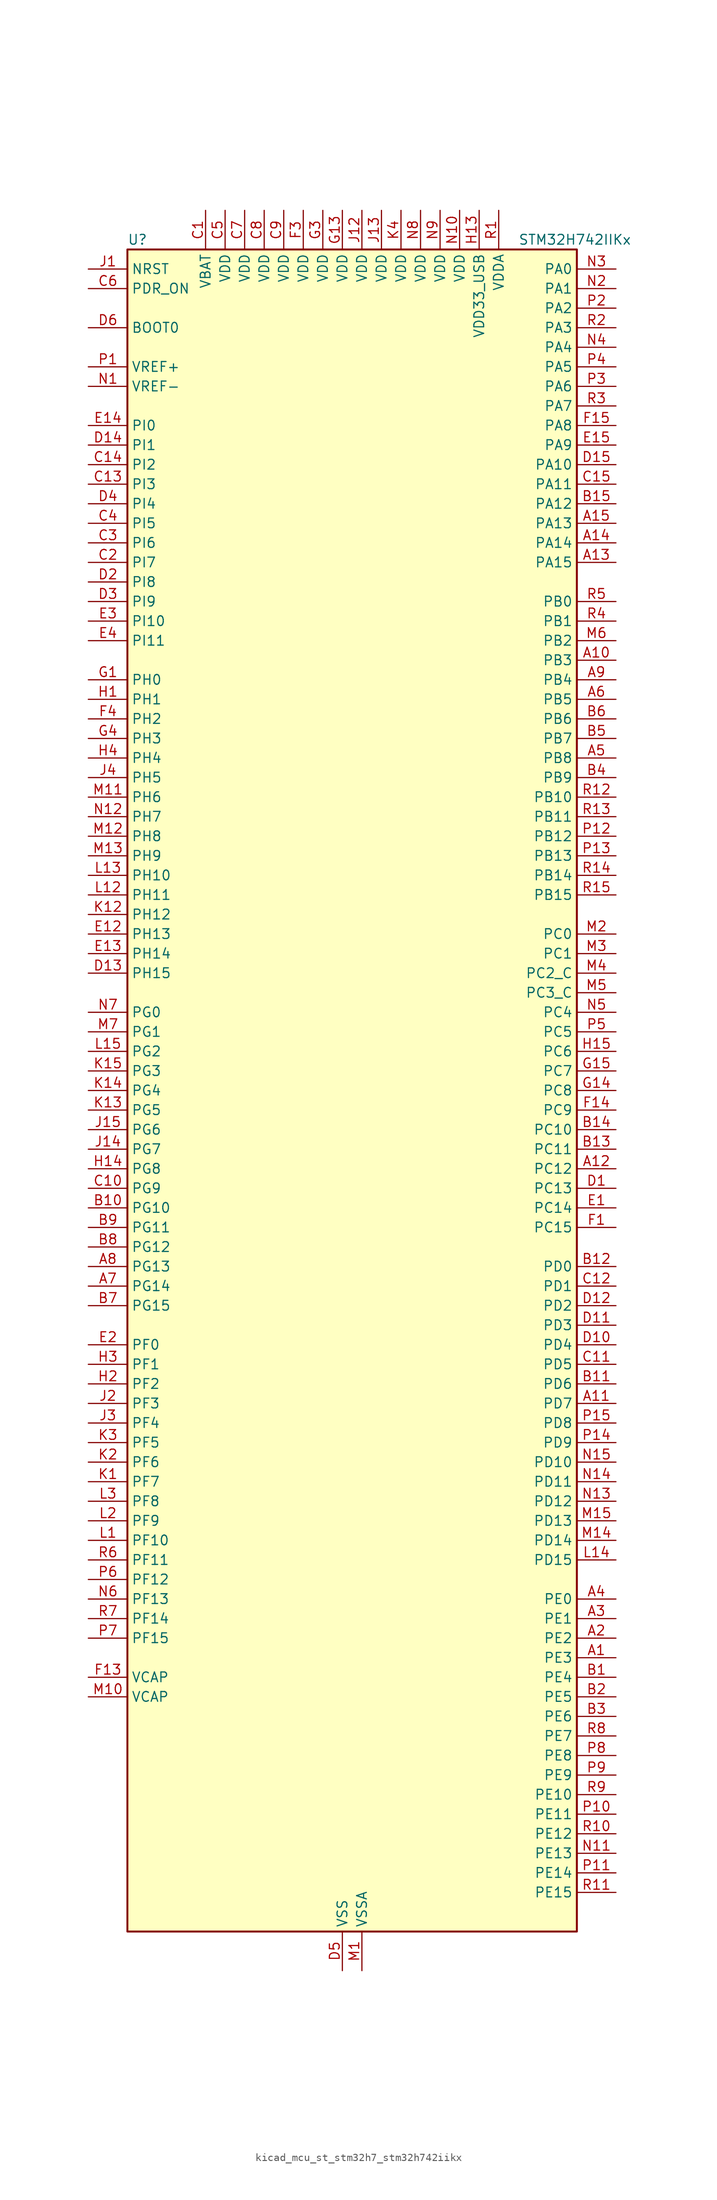
<source format=kicad_sym>
(kicad_symbol_lib
  (version 20220914)
  (generator kicad_symbol_editor)
  (symbol "kicad_mcu_st_stm32h7_stm32h742iikx"
    (property "Reference" "U"
      (at -27.94 110.49 0)
      (effects (font (size 1.27 1.27)) (justify left)))
    (property "Value" "STM32H742IIKx"
      (at 22.86 110.49 0)
      (effects (font (size 1.27 1.27)) (justify left)))
    (property "ki_locked" ""
      (at 0 0 0)
      (effects (font (size 1.27 1.27))))
    (symbol "kicad_mcu_st_stm32h7_stm32h742iikx_0_1"
      (rectangle (start -27.94 -109.22) (end 30.48 109.22) (stroke (width 0.254) (type default)) (fill (type background))))
    (symbol "kicad_mcu_st_stm32h7_stm32h742iikx_1_1"
      (pin bidirectional line (at 35.56 -73.66 180) (length 5.08) (name "PE3" (effects (font (size 1.27 1.27)))) (number "A1" (effects (font (size 1.27 1.27)))) (alternate "DEBUG_TRACED0" bidirectional line) (alternate "FMC_A19" bidirectional line) (alternate "SAI1_SD_B" bidirectional line) (alternate "SAI4_SD_B" bidirectional line) (alternate "TIM15_BKIN" bidirectional line))
      (pin bidirectional line (at 35.56 55.88 180) (length 5.08) (name "PB3" (effects (font (size 1.27 1.27)))) (number "A10" (effects (font (size 1.27 1.27)))) (alternate "CRS_SYNC" bidirectional line) (alternate "DEBUG_JTDO-SWO" bidirectional line) (alternate "HRTIM_FLT4" bidirectional line) (alternate "I2S1_CK" bidirectional line) (alternate "I2S3_CK" bidirectional line) (alternate "SDMMC2_D2" bidirectional line) (alternate "SPI1_SCK" bidirectional line) (alternate "SPI3_SCK" bidirectional line) (alternate "SPI6_SCK" bidirectional line) (alternate "TIM2_CH2" bidirectional line) (alternate "UART7_RX" bidirectional line))
      (pin bidirectional line (at 35.56 -40.64 180) (length 5.08) (name "PD7" (effects (font (size 1.27 1.27)))) (number "A11" (effects (font (size 1.27 1.27)))) (alternate "DFSDM1_CKIN1" bidirectional line) (alternate "DFSDM1_DATIN4" bidirectional line) (alternate "FMC_NE1" bidirectional line) (alternate "I2S1_SDO" bidirectional line) (alternate "SDMMC2_CMD" bidirectional line) (alternate "SPDIFRX1_IN0" bidirectional line) (alternate "SPI1_MOSI" bidirectional line) (alternate "USART2_CK" bidirectional line))
      (pin bidirectional line (at 35.56 -10.16 180) (length 5.08) (name "PC12" (effects (font (size 1.27 1.27)))) (number "A12" (effects (font (size 1.27 1.27)))) (alternate "DCMI_D9" bidirectional line) (alternate "DEBUG_TRACED3" bidirectional line) (alternate "HRTIM_EEV2" bidirectional line) (alternate "I2S3_SDO" bidirectional line) (alternate "SDMMC1_CK" bidirectional line) (alternate "SPI3_MOSI" bidirectional line) (alternate "UART5_TX" bidirectional line) (alternate "USART3_CK" bidirectional line))
      (pin bidirectional line (at 35.56 68.58 180) (length 5.08) (name "PA15" (effects (font (size 1.27 1.27)))) (number "A13" (effects (font (size 1.27 1.27)))) (alternate "ADC1_EXTI15" bidirectional line) (alternate "ADC2_EXTI15" bidirectional line) (alternate "ADC3_EXTI15" bidirectional line) (alternate "CEC" bidirectional line) (alternate "DEBUG_JTDI" bidirectional line) (alternate "HRTIM_FLT1" bidirectional line) (alternate "I2S1_WS" bidirectional line) (alternate "I2S3_WS" bidirectional line) (alternate "SPI1_NSS" bidirectional line) (alternate "SPI3_NSS" bidirectional line) (alternate "SPI6_NSS" bidirectional line) (alternate "TIM2_CH1" bidirectional line) (alternate "TIM2_ETR" bidirectional line) (alternate "UART4_DE" bidirectional line) (alternate "UART4_RTS" bidirectional line) (alternate "UART7_TX" bidirectional line))
      (pin bidirectional line (at 35.56 71.12 180) (length 5.08) (name "PA14" (effects (font (size 1.27 1.27)))) (number "A14" (effects (font (size 1.27 1.27)))) (alternate "DEBUG_JTCK-SWCLK" bidirectional line))
      (pin bidirectional line (at 35.56 73.66 180) (length 5.08) (name "PA13" (effects (font (size 1.27 1.27)))) (number "A15" (effects (font (size 1.27 1.27)))) (alternate "DEBUG_JTMS-SWDIO" bidirectional line))
      (pin bidirectional line (at 35.56 -71.12 180) (length 5.08) (name "PE2" (effects (font (size 1.27 1.27)))) (number "A2" (effects (font (size 1.27 1.27)))) (alternate "DEBUG_TRACECLK" bidirectional line) (alternate "ETH_TXD3" bidirectional line) (alternate "FMC_A23" bidirectional line) (alternate "QUADSPI_BK1_IO2" bidirectional line) (alternate "SAI1_CK1" bidirectional line) (alternate "SAI1_MCLK_A" bidirectional line) (alternate "SAI4_CK1" bidirectional line) (alternate "SAI4_MCLK_A" bidirectional line) (alternate "SPI4_SCK" bidirectional line))
      (pin bidirectional line (at 35.56 -68.58 180) (length 5.08) (name "PE1" (effects (font (size 1.27 1.27)))) (number "A3" (effects (font (size 1.27 1.27)))) (alternate "DCMI_D3" bidirectional line) (alternate "FMC_NBL1" bidirectional line) (alternate "HRTIM_SCOUT" bidirectional line) (alternate "LPTIM1_IN2" bidirectional line) (alternate "UART8_TX" bidirectional line))
      (pin bidirectional line (at 35.56 -66.04 180) (length 5.08) (name "PE0" (effects (font (size 1.27 1.27)))) (number "A4" (effects (font (size 1.27 1.27)))) (alternate "DCMI_D2" bidirectional line) (alternate "FMC_NBL0" bidirectional line) (alternate "HRTIM_SCIN" bidirectional line) (alternate "LPTIM1_ETR" bidirectional line) (alternate "LPTIM2_ETR" bidirectional line) (alternate "SAI2_MCLK_A" bidirectional line) (alternate "TIM4_ETR" bidirectional line) (alternate "UART8_RX" bidirectional line))
      (pin bidirectional line (at 35.56 43.18 180) (length 5.08) (name "PB8" (effects (font (size 1.27 1.27)))) (number "A5" (effects (font (size 1.27 1.27)))) (alternate "DCMI_D6" bidirectional line) (alternate "DFSDM1_CKIN7" bidirectional line) (alternate "ETH_TXD3" bidirectional line) (alternate "FDCAN1_RX" bidirectional line) (alternate "I2C1_SCL" bidirectional line) (alternate "I2C4_SCL" bidirectional line) (alternate "SDMMC1_CKIN" bidirectional line) (alternate "SDMMC1_D4" bidirectional line) (alternate "SDMMC2_D4" bidirectional line) (alternate "TIM16_CH1" bidirectional line) (alternate "TIM4_CH3" bidirectional line) (alternate "UART4_RX" bidirectional line))
      (pin bidirectional line (at 35.56 50.8 180) (length 5.08) (name "PB5" (effects (font (size 1.27 1.27)))) (number "A6" (effects (font (size 1.27 1.27)))) (alternate "DCMI_D10" bidirectional line) (alternate "ETH_PPS_OUT" bidirectional line) (alternate "FDCAN2_RX" bidirectional line) (alternate "FMC_SDCKE1" bidirectional line) (alternate "HRTIM_EEV7" bidirectional line) (alternate "I2C1_SMBA" bidirectional line) (alternate "I2C4_SMBA" bidirectional line) (alternate "I2S1_SDO" bidirectional line) (alternate "I2S3_SDO" bidirectional line) (alternate "SPI1_MOSI" bidirectional line) (alternate "SPI3_MOSI" bidirectional line) (alternate "SPI6_MOSI" bidirectional line) (alternate "TIM17_BKIN" bidirectional line) (alternate "TIM3_CH2" bidirectional line) (alternate "UART5_RX" bidirectional line) (alternate "USB_OTG_HS_ULPI_D7" bidirectional line))
      (pin bidirectional line (at -33.02 -25.4 0) (length 5.08) (name "PG14" (effects (font (size 1.27 1.27)))) (number "A7" (effects (font (size 1.27 1.27)))) (alternate "DEBUG_TRACED1" bidirectional line) (alternate "ETH_TXD1" bidirectional line) (alternate "FMC_A25" bidirectional line) (alternate "LPTIM1_ETR" bidirectional line) (alternate "QUADSPI_BK2_IO3" bidirectional line) (alternate "SPI6_MOSI" bidirectional line) (alternate "USART6_TX" bidirectional line))
      (pin bidirectional line (at -33.02 -22.86 0) (length 5.08) (name "PG13" (effects (font (size 1.27 1.27)))) (number "A8" (effects (font (size 1.27 1.27)))) (alternate "DEBUG_TRACED0" bidirectional line) (alternate "ETH_TXD0" bidirectional line) (alternate "FMC_A24" bidirectional line) (alternate "HRTIM_EEV10" bidirectional line) (alternate "LPTIM1_OUT" bidirectional line) (alternate "SPI6_SCK" bidirectional line) (alternate "USART6_CTS" bidirectional line) (alternate "USART6_NSS" bidirectional line))
      (pin bidirectional line (at 35.56 53.34 180) (length 5.08) (name "PB4" (effects (font (size 1.27 1.27)))) (number "A9" (effects (font (size 1.27 1.27)))) (alternate "DEBUG_JTRST" bidirectional line) (alternate "HRTIM_EEV6" bidirectional line) (alternate "I2S1_SDI" bidirectional line) (alternate "I2S2_WS" bidirectional line) (alternate "I2S3_SDI" bidirectional line) (alternate "SDMMC2_D3" bidirectional line) (alternate "SPI1_MISO" bidirectional line) (alternate "SPI2_NSS" bidirectional line) (alternate "SPI3_MISO" bidirectional line) (alternate "SPI6_MISO" bidirectional line) (alternate "TIM16_BKIN" bidirectional line) (alternate "TIM3_CH1" bidirectional line) (alternate "UART7_TX" bidirectional line))
      (pin bidirectional line (at 35.56 -76.2 180) (length 5.08) (name "PE4" (effects (font (size 1.27 1.27)))) (number "B1" (effects (font (size 1.27 1.27)))) (alternate "DCMI_D4" bidirectional line) (alternate "DEBUG_TRACED1" bidirectional line) (alternate "DFSDM1_DATIN3" bidirectional line) (alternate "FMC_A20" bidirectional line) (alternate "SAI1_D2" bidirectional line) (alternate "SAI1_FS_A" bidirectional line) (alternate "SAI4_D2" bidirectional line) (alternate "SAI4_FS_A" bidirectional line) (alternate "SPI4_NSS" bidirectional line) (alternate "TIM15_CH1N" bidirectional line))
      (pin bidirectional line (at -33.02 -15.24 0) (length 5.08) (name "PG10" (effects (font (size 1.27 1.27)))) (number "B10" (effects (font (size 1.27 1.27)))) (alternate "DCMI_D2" bidirectional line) (alternate "FMC_NE3" bidirectional line) (alternate "HRTIM_FLT5" bidirectional line) (alternate "I2S1_WS" bidirectional line) (alternate "SAI2_SD_B" bidirectional line) (alternate "SPI1_NSS" bidirectional line))
      (pin bidirectional line (at 35.56 -38.1 180) (length 5.08) (name "PD6" (effects (font (size 1.27 1.27)))) (number "B11" (effects (font (size 1.27 1.27)))) (alternate "DCMI_D10" bidirectional line) (alternate "DFSDM1_CKIN4" bidirectional line) (alternate "DFSDM1_DATIN1" bidirectional line) (alternate "FMC_NWAIT" bidirectional line) (alternate "I2S3_SDO" bidirectional line) (alternate "SAI1_D1" bidirectional line) (alternate "SAI1_SD_A" bidirectional line) (alternate "SAI4_D1" bidirectional line) (alternate "SAI4_SD_A" bidirectional line) (alternate "SDMMC2_CK" bidirectional line) (alternate "SPI3_MOSI" bidirectional line) (alternate "USART2_RX" bidirectional line))
      (pin bidirectional line (at 35.56 -22.86 180) (length 5.08) (name "PD0" (effects (font (size 1.27 1.27)))) (number "B12" (effects (font (size 1.27 1.27)))) (alternate "DFSDM1_CKIN6" bidirectional line) (alternate "FDCAN1_RX" bidirectional line) (alternate "FMC_D2" bidirectional line) (alternate "FMC_DA2" bidirectional line) (alternate "SAI3_SCK_A" bidirectional line) (alternate "UART4_RX" bidirectional line))
      (pin bidirectional line (at 35.56 -7.62 180) (length 5.08) (name "PC11" (effects (font (size 1.27 1.27)))) (number "B13" (effects (font (size 1.27 1.27)))) (alternate "ADC1_EXTI11" bidirectional line) (alternate "ADC2_EXTI11" bidirectional line) (alternate "ADC3_EXTI11" bidirectional line) (alternate "DCMI_D4" bidirectional line) (alternate "DFSDM1_DATIN5" bidirectional line) (alternate "HRTIM_FLT2" bidirectional line) (alternate "I2S3_SDI" bidirectional line) (alternate "QUADSPI_BK2_NCS" bidirectional line) (alternate "SDMMC1_D3" bidirectional line) (alternate "SPI3_MISO" bidirectional line) (alternate "UART4_RX" bidirectional line) (alternate "USART3_RX" bidirectional line))
      (pin bidirectional line (at 35.56 -5.08 180) (length 5.08) (name "PC10" (effects (font (size 1.27 1.27)))) (number "B14" (effects (font (size 1.27 1.27)))) (alternate "DCMI_D8" bidirectional line) (alternate "DFSDM1_CKIN5" bidirectional line) (alternate "HRTIM_EEV1" bidirectional line) (alternate "I2S3_CK" bidirectional line) (alternate "QUADSPI_BK1_IO1" bidirectional line) (alternate "SDMMC1_D2" bidirectional line) (alternate "SPI3_SCK" bidirectional line) (alternate "UART4_TX" bidirectional line) (alternate "USART3_TX" bidirectional line))
      (pin bidirectional line (at 35.56 76.2 180) (length 5.08) (name "PA12" (effects (font (size 1.27 1.27)))) (number "B15" (effects (font (size 1.27 1.27)))) (alternate "FDCAN1_TX" bidirectional line) (alternate "HRTIM_CHD2" bidirectional line) (alternate "I2S2_CK" bidirectional line) (alternate "LPUART1_DE" bidirectional line) (alternate "LPUART1_RTS" bidirectional line) (alternate "SAI2_FS_B" bidirectional line) (alternate "SPI2_SCK" bidirectional line) (alternate "TIM1_ETR" bidirectional line) (alternate "UART4_TX" bidirectional line) (alternate "USART1_DE" bidirectional line) (alternate "USART1_RTS" bidirectional line) (alternate "USB_OTG_FS_DP" bidirectional line))
      (pin bidirectional line (at 35.56 -78.74 180) (length 5.08) (name "PE5" (effects (font (size 1.27 1.27)))) (number "B2" (effects (font (size 1.27 1.27)))) (alternate "DCMI_D6" bidirectional line) (alternate "DEBUG_TRACED2" bidirectional line) (alternate "DFSDM1_CKIN3" bidirectional line) (alternate "FMC_A21" bidirectional line) (alternate "SAI1_CK2" bidirectional line) (alternate "SAI1_SCK_A" bidirectional line) (alternate "SAI4_CK2" bidirectional line) (alternate "SAI4_SCK_A" bidirectional line) (alternate "SPI4_MISO" bidirectional line) (alternate "TIM15_CH1" bidirectional line))
      (pin bidirectional line (at 35.56 -81.28 180) (length 5.08) (name "PE6" (effects (font (size 1.27 1.27)))) (number "B3" (effects (font (size 1.27 1.27)))) (alternate "DCMI_D7" bidirectional line) (alternate "DEBUG_TRACED3" bidirectional line) (alternate "FMC_A22" bidirectional line) (alternate "SAI1_D1" bidirectional line) (alternate "SAI1_SD_A" bidirectional line) (alternate "SAI2_MCLK_B" bidirectional line) (alternate "SAI4_D1" bidirectional line) (alternate "SAI4_SD_A" bidirectional line) (alternate "SPI4_MOSI" bidirectional line) (alternate "TIM15_CH2" bidirectional line) (alternate "TIM1_BKIN2" bidirectional line) (alternate "TIM1_BKIN2_COMP1" bidirectional line) (alternate "TIM1_BKIN2_COMP2" bidirectional line))
      (pin bidirectional line (at 35.56 40.64 180) (length 5.08) (name "PB9" (effects (font (size 1.27 1.27)))) (number "B4" (effects (font (size 1.27 1.27)))) (alternate "DAC1_EXTI9" bidirectional line) (alternate "DCMI_D7" bidirectional line) (alternate "DFSDM1_DATIN7" bidirectional line) (alternate "FDCAN1_TX" bidirectional line) (alternate "I2C1_SDA" bidirectional line) (alternate "I2C4_SDA" bidirectional line) (alternate "I2C4_SMBA" bidirectional line) (alternate "I2S2_WS" bidirectional line) (alternate "SDMMC1_CDIR" bidirectional line) (alternate "SDMMC1_D5" bidirectional line) (alternate "SDMMC2_D5" bidirectional line) (alternate "SPI2_NSS" bidirectional line) (alternate "TIM17_CH1" bidirectional line) (alternate "TIM4_CH4" bidirectional line) (alternate "UART4_TX" bidirectional line))
      (pin bidirectional line (at 35.56 45.72 180) (length 5.08) (name "PB7" (effects (font (size 1.27 1.27)))) (number "B5" (effects (font (size 1.27 1.27)))) (alternate "DCMI_VSYNC" bidirectional line) (alternate "DFSDM1_CKIN5" bidirectional line) (alternate "FMC_NL" bidirectional line) (alternate "HRTIM_EEV9" bidirectional line) (alternate "I2C1_SDA" bidirectional line) (alternate "I2C4_SDA" bidirectional line) (alternate "LPUART1_RX" bidirectional line) (alternate "PWR_PVD_IN" bidirectional line) (alternate "TIM17_CH1N" bidirectional line) (alternate "TIM4_CH2" bidirectional line) (alternate "USART1_RX" bidirectional line))
      (pin bidirectional line (at 35.56 48.26 180) (length 5.08) (name "PB6" (effects (font (size 1.27 1.27)))) (number "B6" (effects (font (size 1.27 1.27)))) (alternate "CEC" bidirectional line) (alternate "DCMI_D5" bidirectional line) (alternate "DFSDM1_DATIN5" bidirectional line) (alternate "FDCAN2_TX" bidirectional line) (alternate "FMC_SDNE1" bidirectional line) (alternate "HRTIM_EEV8" bidirectional line) (alternate "I2C1_SCL" bidirectional line) (alternate "I2C4_SCL" bidirectional line) (alternate "LPUART1_TX" bidirectional line) (alternate "QUADSPI_BK1_NCS" bidirectional line) (alternate "TIM16_CH1N" bidirectional line) (alternate "TIM4_CH1" bidirectional line) (alternate "UART5_TX" bidirectional line) (alternate "USART1_TX" bidirectional line))
      (pin bidirectional line (at -33.02 -27.94 0) (length 5.08) (name "PG15" (effects (font (size 1.27 1.27)))) (number "B7" (effects (font (size 1.27 1.27)))) (alternate "ADC1_EXTI15" bidirectional line) (alternate "ADC2_EXTI15" bidirectional line) (alternate "ADC3_EXTI15" bidirectional line) (alternate "DCMI_D13" bidirectional line) (alternate "FMC_SDNCAS" bidirectional line) (alternate "USART6_CTS" bidirectional line) (alternate "USART6_NSS" bidirectional line))
      (pin bidirectional line (at -33.02 -20.32 0) (length 5.08) (name "PG12" (effects (font (size 1.27 1.27)))) (number "B8" (effects (font (size 1.27 1.27)))) (alternate "ETH_TXD1" bidirectional line) (alternate "FMC_NE4" bidirectional line) (alternate "HRTIM_EEV5" bidirectional line) (alternate "LPTIM1_IN1" bidirectional line) (alternate "SPDIFRX1_IN1" bidirectional line) (alternate "SPI6_MISO" bidirectional line) (alternate "USART6_DE" bidirectional line) (alternate "USART6_RTS" bidirectional line))
      (pin bidirectional line (at -33.02 -17.78 0) (length 5.08) (name "PG11" (effects (font (size 1.27 1.27)))) (number "B9" (effects (font (size 1.27 1.27)))) (alternate "ADC1_EXTI11" bidirectional line) (alternate "ADC2_EXTI11" bidirectional line) (alternate "ADC3_EXTI11" bidirectional line) (alternate "DCMI_D3" bidirectional line) (alternate "ETH_TX_EN" bidirectional line) (alternate "HRTIM_EEV4" bidirectional line) (alternate "I2S1_CK" bidirectional line) (alternate "LPTIM1_IN2" bidirectional line) (alternate "SDMMC2_D2" bidirectional line) (alternate "SPDIFRX1_IN0" bidirectional line) (alternate "SPI1_SCK" bidirectional line))
      (pin power_in line (at -17.78 114.3 270) (length 5.08) (name "VBAT" (effects (font (size 1.27 1.27)))) (number "C1" (effects (font (size 1.27 1.27)))))
      (pin bidirectional line (at -33.02 -12.7 0) (length 5.08) (name "PG9" (effects (font (size 1.27 1.27)))) (number "C10" (effects (font (size 1.27 1.27)))) (alternate "DAC1_EXTI9" bidirectional line) (alternate "DCMI_VSYNC" bidirectional line) (alternate "FMC_NCE" bidirectional line) (alternate "FMC_NE2" bidirectional line) (alternate "I2S1_SDI" bidirectional line) (alternate "QUADSPI_BK2_IO2" bidirectional line) (alternate "SAI2_FS_B" bidirectional line) (alternate "SPDIFRX1_IN3" bidirectional line) (alternate "SPI1_MISO" bidirectional line) (alternate "USART6_RX" bidirectional line))
      (pin bidirectional line (at 35.56 -35.56 180) (length 5.08) (name "PD5" (effects (font (size 1.27 1.27)))) (number "C11" (effects (font (size 1.27 1.27)))) (alternate "FMC_NWE" bidirectional line) (alternate "HRTIM_EEV3" bidirectional line) (alternate "USART2_TX" bidirectional line))
      (pin bidirectional line (at 35.56 -25.4 180) (length 5.08) (name "PD1" (effects (font (size 1.27 1.27)))) (number "C12" (effects (font (size 1.27 1.27)))) (alternate "DFSDM1_DATIN6" bidirectional line) (alternate "FDCAN1_TX" bidirectional line) (alternate "FMC_D3" bidirectional line) (alternate "FMC_DA3" bidirectional line) (alternate "SAI3_SD_A" bidirectional line) (alternate "UART4_TX" bidirectional line))
      (pin bidirectional line (at -33.02 78.74 0) (length 5.08) (name "PI3" (effects (font (size 1.27 1.27)))) (number "C13" (effects (font (size 1.27 1.27)))) (alternate "DCMI_D10" bidirectional line) (alternate "FMC_D27" bidirectional line) (alternate "I2S2_SDO" bidirectional line) (alternate "SPI2_MOSI" bidirectional line) (alternate "TIM8_ETR" bidirectional line))
      (pin bidirectional line (at -33.02 81.28 0) (length 5.08) (name "PI2" (effects (font (size 1.27 1.27)))) (number "C14" (effects (font (size 1.27 1.27)))) (alternate "DCMI_D9" bidirectional line) (alternate "FMC_D26" bidirectional line) (alternate "I2S2_SDI" bidirectional line) (alternate "SPI2_MISO" bidirectional line) (alternate "TIM8_CH4" bidirectional line))
      (pin bidirectional line (at 35.56 78.74 180) (length 5.08) (name "PA11" (effects (font (size 1.27 1.27)))) (number "C15" (effects (font (size 1.27 1.27)))) (alternate "ADC1_EXTI11" bidirectional line) (alternate "ADC2_EXTI11" bidirectional line) (alternate "ADC3_EXTI11" bidirectional line) (alternate "FDCAN1_RX" bidirectional line) (alternate "HRTIM_CHD1" bidirectional line) (alternate "I2S2_WS" bidirectional line) (alternate "LPUART1_CTS" bidirectional line) (alternate "SPI2_NSS" bidirectional line) (alternate "TIM1_CH4" bidirectional line) (alternate "UART4_RX" bidirectional line) (alternate "USART1_CTS" bidirectional line) (alternate "USART1_NSS" bidirectional line) (alternate "USB_OTG_FS_DM" bidirectional line))
      (pin bidirectional line (at -33.02 68.58 0) (length 5.08) (name "PI7" (effects (font (size 1.27 1.27)))) (number "C2" (effects (font (size 1.27 1.27)))) (alternate "DCMI_D7" bidirectional line) (alternate "FMC_D29" bidirectional line) (alternate "SAI2_FS_A" bidirectional line) (alternate "TIM8_CH3" bidirectional line))
      (pin bidirectional line (at -33.02 71.12 0) (length 5.08) (name "PI6" (effects (font (size 1.27 1.27)))) (number "C3" (effects (font (size 1.27 1.27)))) (alternate "DCMI_D6" bidirectional line) (alternate "FMC_D28" bidirectional line) (alternate "SAI2_SD_A" bidirectional line) (alternate "TIM8_CH2" bidirectional line))
      (pin bidirectional line (at -33.02 73.66 0) (length 5.08) (name "PI5" (effects (font (size 1.27 1.27)))) (number "C4" (effects (font (size 1.27 1.27)))) (alternate "DCMI_VSYNC" bidirectional line) (alternate "FMC_NBL3" bidirectional line) (alternate "SAI2_SCK_A" bidirectional line) (alternate "TIM8_CH1" bidirectional line))
      (pin power_in line (at -15.24 114.3 270) (length 5.08) (name "VDD" (effects (font (size 1.27 1.27)))) (number "C5" (effects (font (size 1.27 1.27)))))
      (pin input line (at -33.02 104.14 0) (length 5.08) (name "PDR_ON" (effects (font (size 1.27 1.27)))) (number "C6" (effects (font (size 1.27 1.27)))))
      (pin power_in line (at -12.7 114.3 270) (length 5.08) (name "VDD" (effects (font (size 1.27 1.27)))) (number "C7" (effects (font (size 1.27 1.27)))))
      (pin power_in line (at -10.16 114.3 270) (length 5.08) (name "VDD" (effects (font (size 1.27 1.27)))) (number "C8" (effects (font (size 1.27 1.27)))))
      (pin power_in line (at -7.62 114.3 270) (length 5.08) (name "VDD" (effects (font (size 1.27 1.27)))) (number "C9" (effects (font (size 1.27 1.27)))))
      (pin bidirectional line (at 35.56 -12.7 180) (length 5.08) (name "PC13" (effects (font (size 1.27 1.27)))) (number "D1" (effects (font (size 1.27 1.27)))) (alternate "PWR_WKUP2" bidirectional line) (alternate "RTC_OUT_ALARM" bidirectional line) (alternate "RTC_OUT_CALIB" bidirectional line) (alternate "RTC_TAMP1" bidirectional line) (alternate "RTC_TS" bidirectional line))
      (pin bidirectional line (at 35.56 -33.02 180) (length 5.08) (name "PD4" (effects (font (size 1.27 1.27)))) (number "D10" (effects (font (size 1.27 1.27)))) (alternate "FMC_NOE" bidirectional line) (alternate "HRTIM_FLT3" bidirectional line) (alternate "SAI3_FS_A" bidirectional line) (alternate "USART2_DE" bidirectional line) (alternate "USART2_RTS" bidirectional line))
      (pin bidirectional line (at 35.56 -30.48 180) (length 5.08) (name "PD3" (effects (font (size 1.27 1.27)))) (number "D11" (effects (font (size 1.27 1.27)))) (alternate "DCMI_D5" bidirectional line) (alternate "DFSDM1_CKOUT" bidirectional line) (alternate "FMC_CLK" bidirectional line) (alternate "I2S2_CK" bidirectional line) (alternate "SPI2_SCK" bidirectional line) (alternate "USART2_CTS" bidirectional line) (alternate "USART2_NSS" bidirectional line))
      (pin bidirectional line (at 35.56 -27.94 180) (length 5.08) (name "PD2" (effects (font (size 1.27 1.27)))) (number "D12" (effects (font (size 1.27 1.27)))) (alternate "DCMI_D11" bidirectional line) (alternate "DEBUG_TRACED2" bidirectional line) (alternate "SDMMC1_CMD" bidirectional line) (alternate "TIM3_ETR" bidirectional line) (alternate "UART5_RX" bidirectional line))
      (pin bidirectional line (at -33.02 15.24 0) (length 5.08) (name "PH15" (effects (font (size 1.27 1.27)))) (number "D13" (effects (font (size 1.27 1.27)))) (alternate "ADC1_EXTI15" bidirectional line) (alternate "ADC2_EXTI15" bidirectional line) (alternate "ADC3_EXTI15" bidirectional line) (alternate "DCMI_D11" bidirectional line) (alternate "FMC_D23" bidirectional line) (alternate "TIM8_CH3N" bidirectional line))
      (pin bidirectional line (at -33.02 83.82 0) (length 5.08) (name "PI1" (effects (font (size 1.27 1.27)))) (number "D14" (effects (font (size 1.27 1.27)))) (alternate "DCMI_D8" bidirectional line) (alternate "FMC_D25" bidirectional line) (alternate "I2S2_CK" bidirectional line) (alternate "SPI2_SCK" bidirectional line) (alternate "TIM8_BKIN2" bidirectional line) (alternate "TIM8_BKIN2_COMP1" bidirectional line) (alternate "TIM8_BKIN2_COMP2" bidirectional line))
      (pin bidirectional line (at 35.56 81.28 180) (length 5.08) (name "PA10" (effects (font (size 1.27 1.27)))) (number "D15" (effects (font (size 1.27 1.27)))) (alternate "DCMI_D1" bidirectional line) (alternate "HRTIM_CHC2" bidirectional line) (alternate "LPUART1_RX" bidirectional line) (alternate "MDIOS_MDIO" bidirectional line) (alternate "TIM1_CH3" bidirectional line) (alternate "USART1_RX" bidirectional line) (alternate "USB_OTG_FS_ID" bidirectional line))
      (pin bidirectional line (at -33.02 66.04 0) (length 5.08) (name "PI8" (effects (font (size 1.27 1.27)))) (number "D2" (effects (font (size 1.27 1.27)))) (alternate "PWR_WKUP3" bidirectional line) (alternate "RTC_TAMP2" bidirectional line))
      (pin bidirectional line (at -33.02 63.5 0) (length 5.08) (name "PI9" (effects (font (size 1.27 1.27)))) (number "D3" (effects (font (size 1.27 1.27)))) (alternate "DAC1_EXTI9" bidirectional line) (alternate "FDCAN1_RX" bidirectional line) (alternate "FMC_D30" bidirectional line) (alternate "UART4_RX" bidirectional line))
      (pin bidirectional line (at -33.02 76.2 0) (length 5.08) (name "PI4" (effects (font (size 1.27 1.27)))) (number "D4" (effects (font (size 1.27 1.27)))) (alternate "DCMI_D5" bidirectional line) (alternate "FMC_NBL2" bidirectional line) (alternate "SAI2_MCLK_A" bidirectional line) (alternate "TIM8_BKIN" bidirectional line) (alternate "TIM8_BKIN_COMP1" bidirectional line) (alternate "TIM8_BKIN_COMP2" bidirectional line))
      (pin power_in line (at 0 -114.3 90) (length 5.08) (name "VSS" (effects (font (size 1.27 1.27)))) (number "D5" (effects (font (size 1.27 1.27)))))
      (pin input line (at -33.02 99.06 0) (length 5.08) (name "BOOT0" (effects (font (size 1.27 1.27)))) (number "D6" (effects (font (size 1.27 1.27)))))
      (pin passive line (at 0 -114.3 90) (length 5.08) hide (name "VSS" (effects (font (size 1.27 1.27)))) (number "D7" (effects (font (size 1.27 1.27)))))
      (pin passive line (at 0 -114.3 90) (length 5.08) hide (name "VSS" (effects (font (size 1.27 1.27)))) (number "D8" (effects (font (size 1.27 1.27)))))
      (pin passive line (at 0 -114.3 90) (length 5.08) hide (name "VSS" (effects (font (size 1.27 1.27)))) (number "D9" (effects (font (size 1.27 1.27)))))
      (pin bidirectional line (at 35.56 -15.24 180) (length 5.08) (name "PC14" (effects (font (size 1.27 1.27)))) (number "E1" (effects (font (size 1.27 1.27)))) (alternate "RCC_OSC32_IN" bidirectional line))
      (pin bidirectional line (at -33.02 20.32 0) (length 5.08) (name "PH13" (effects (font (size 1.27 1.27)))) (number "E12" (effects (font (size 1.27 1.27)))) (alternate "FDCAN1_TX" bidirectional line) (alternate "FMC_D21" bidirectional line) (alternate "TIM8_CH1N" bidirectional line) (alternate "UART4_TX" bidirectional line))
      (pin bidirectional line (at -33.02 17.78 0) (length 5.08) (name "PH14" (effects (font (size 1.27 1.27)))) (number "E13" (effects (font (size 1.27 1.27)))) (alternate "DCMI_D4" bidirectional line) (alternate "FDCAN1_RX" bidirectional line) (alternate "FMC_D22" bidirectional line) (alternate "TIM8_CH2N" bidirectional line) (alternate "UART4_RX" bidirectional line))
      (pin bidirectional line (at -33.02 86.36 0) (length 5.08) (name "PI0" (effects (font (size 1.27 1.27)))) (number "E14" (effects (font (size 1.27 1.27)))) (alternate "DCMI_D13" bidirectional line) (alternate "FMC_D24" bidirectional line) (alternate "I2S2_WS" bidirectional line) (alternate "SPI2_NSS" bidirectional line) (alternate "TIM5_CH4" bidirectional line))
      (pin bidirectional line (at 35.56 83.82 180) (length 5.08) (name "PA9" (effects (font (size 1.27 1.27)))) (number "E15" (effects (font (size 1.27 1.27)))) (alternate "DAC1_EXTI9" bidirectional line) (alternate "DCMI_D0" bidirectional line) (alternate "HRTIM_CHC1" bidirectional line) (alternate "I2C3_SMBA" bidirectional line) (alternate "I2S2_CK" bidirectional line) (alternate "LPUART1_TX" bidirectional line) (alternate "SPI2_SCK" bidirectional line) (alternate "TIM1_CH2" bidirectional line) (alternate "USART1_TX" bidirectional line) (alternate "USB_OTG_FS_VBUS" bidirectional line))
      (pin bidirectional line (at -33.02 -33.02 0) (length 5.08) (name "PF0" (effects (font (size 1.27 1.27)))) (number "E2" (effects (font (size 1.27 1.27)))) (alternate "FMC_A0" bidirectional line) (alternate "I2C2_SDA" bidirectional line))
      (pin bidirectional line (at -33.02 60.96 0) (length 5.08) (name "PI10" (effects (font (size 1.27 1.27)))) (number "E3" (effects (font (size 1.27 1.27)))) (alternate "ETH_RX_ER" bidirectional line) (alternate "FMC_D31" bidirectional line))
      (pin bidirectional line (at -33.02 58.42 0) (length 5.08) (name "PI11" (effects (font (size 1.27 1.27)))) (number "E4" (effects (font (size 1.27 1.27)))) (alternate "ADC1_EXTI11" bidirectional line) (alternate "ADC2_EXTI11" bidirectional line) (alternate "ADC3_EXTI11" bidirectional line) (alternate "PWR_WKUP4" bidirectional line) (alternate "USB_OTG_HS_ULPI_DIR" bidirectional line))
      (pin bidirectional line (at 35.56 -17.78 180) (length 5.08) (name "PC15" (effects (font (size 1.27 1.27)))) (number "F1" (effects (font (size 1.27 1.27)))) (alternate "ADC1_EXTI15" bidirectional line) (alternate "ADC2_EXTI15" bidirectional line) (alternate "ADC3_EXTI15" bidirectional line) (alternate "RCC_OSC32_OUT" bidirectional line))
      (pin passive line (at 0 -114.3 90) (length 5.08) hide (name "VSS" (effects (font (size 1.27 1.27)))) (number "F10" (effects (font (size 1.27 1.27)))))
      (pin passive line (at 0 -114.3 90) (length 5.08) hide (name "VSS" (effects (font (size 1.27 1.27)))) (number "F12" (effects (font (size 1.27 1.27)))))
      (pin power_out line (at -33.02 -76.2 0) (length 5.08) (name "VCAP" (effects (font (size 1.27 1.27)))) (number "F13" (effects (font (size 1.27 1.27)))))
      (pin bidirectional line (at 35.56 -2.54 180) (length 5.08) (name "PC9" (effects (font (size 1.27 1.27)))) (number "F14" (effects (font (size 1.27 1.27)))) (alternate "DAC1_EXTI9" bidirectional line) (alternate "DCMI_D3" bidirectional line) (alternate "I2C3_SDA" bidirectional line) (alternate "I2S_CKIN" bidirectional line) (alternate "QUADSPI_BK1_IO0" bidirectional line) (alternate "RCC_MCO_2" bidirectional line) (alternate "SDMMC1_D1" bidirectional line) (alternate "SWPMI1_SUSPEND" bidirectional line) (alternate "TIM3_CH4" bidirectional line) (alternate "TIM8_CH4" bidirectional line) (alternate "UART5_CTS" bidirectional line))
      (pin bidirectional line (at 35.56 86.36 180) (length 5.08) (name "PA8" (effects (font (size 1.27 1.27)))) (number "F15" (effects (font (size 1.27 1.27)))) (alternate "HRTIM_CHB2" bidirectional line) (alternate "I2C3_SCL" bidirectional line) (alternate "RCC_MCO_1" bidirectional line) (alternate "TIM1_CH1" bidirectional line) (alternate "TIM8_BKIN2" bidirectional line) (alternate "TIM8_BKIN2_COMP1" bidirectional line) (alternate "TIM8_BKIN2_COMP2" bidirectional line) (alternate "UART7_RX" bidirectional line) (alternate "USART1_CK" bidirectional line) (alternate "USB_OTG_FS_SOF" bidirectional line))
      (pin passive line (at 0 -114.3 90) (length 5.08) hide (name "VSS" (effects (font (size 1.27 1.27)))) (number "F2" (effects (font (size 1.27 1.27)))))
      (pin power_in line (at -5.08 114.3 270) (length 5.08) (name "VDD" (effects (font (size 1.27 1.27)))) (number "F3" (effects (font (size 1.27 1.27)))))
      (pin bidirectional line (at -33.02 48.26 0) (length 5.08) (name "PH2" (effects (font (size 1.27 1.27)))) (number "F4" (effects (font (size 1.27 1.27)))) (alternate "ADC3_INP13" bidirectional line) (alternate "ETH_CRS" bidirectional line) (alternate "FMC_SDCKE0" bidirectional line) (alternate "LPTIM1_IN2" bidirectional line) (alternate "QUADSPI_BK2_IO0" bidirectional line) (alternate "SAI2_SCK_B" bidirectional line))
      (pin passive line (at 0 -114.3 90) (length 5.08) hide (name "VSS" (effects (font (size 1.27 1.27)))) (number "F6" (effects (font (size 1.27 1.27)))))
      (pin passive line (at 0 -114.3 90) (length 5.08) hide (name "VSS" (effects (font (size 1.27 1.27)))) (number "F7" (effects (font (size 1.27 1.27)))))
      (pin passive line (at 0 -114.3 90) (length 5.08) hide (name "VSS" (effects (font (size 1.27 1.27)))) (number "F8" (effects (font (size 1.27 1.27)))))
      (pin passive line (at 0 -114.3 90) (length 5.08) hide (name "VSS" (effects (font (size 1.27 1.27)))) (number "F9" (effects (font (size 1.27 1.27)))))
      (pin bidirectional line (at -33.02 53.34 0) (length 5.08) (name "PH0" (effects (font (size 1.27 1.27)))) (number "G1" (effects (font (size 1.27 1.27)))) (alternate "RCC_OSC_IN" bidirectional line))
      (pin passive line (at 0 -114.3 90) (length 5.08) hide (name "VSS" (effects (font (size 1.27 1.27)))) (number "G10" (effects (font (size 1.27 1.27)))))
      (pin passive line (at 0 -114.3 90) (length 5.08) hide (name "VSS" (effects (font (size 1.27 1.27)))) (number "G12" (effects (font (size 1.27 1.27)))))
      (pin power_in line (at 0 114.3 270) (length 5.08) (name "VDD" (effects (font (size 1.27 1.27)))) (number "G13" (effects (font (size 1.27 1.27)))))
      (pin bidirectional line (at 35.56 0 180) (length 5.08) (name "PC8" (effects (font (size 1.27 1.27)))) (number "G14" (effects (font (size 1.27 1.27)))) (alternate "DCMI_D2" bidirectional line) (alternate "DEBUG_TRACED1" bidirectional line) (alternate "FMC_NCE" bidirectional line) (alternate "FMC_NE2" bidirectional line) (alternate "HRTIM_CHB1" bidirectional line) (alternate "SDMMC1_D0" bidirectional line) (alternate "SWPMI1_RX" bidirectional line) (alternate "TIM3_CH3" bidirectional line) (alternate "TIM8_CH3" bidirectional line) (alternate "UART5_DE" bidirectional line) (alternate "UART5_RTS" bidirectional line) (alternate "USART6_CK" bidirectional line))
      (pin bidirectional line (at 35.56 2.54 180) (length 5.08) (name "PC7" (effects (font (size 1.27 1.27)))) (number "G15" (effects (font (size 1.27 1.27)))) (alternate "DCMI_D1" bidirectional line) (alternate "DEBUG_TRGIO" bidirectional line) (alternate "DFSDM1_DATIN3" bidirectional line) (alternate "FMC_NE1" bidirectional line) (alternate "HRTIM_CHA2" bidirectional line) (alternate "I2S3_MCK" bidirectional line) (alternate "SDMMC1_D123DIR" bidirectional line) (alternate "SDMMC1_D7" bidirectional line) (alternate "SDMMC2_D7" bidirectional line) (alternate "SWPMI1_TX" bidirectional line) (alternate "TIM3_CH2" bidirectional line) (alternate "TIM8_CH2" bidirectional line) (alternate "USART6_RX" bidirectional line))
      (pin passive line (at 0 -114.3 90) (length 5.08) hide (name "VSS" (effects (font (size 1.27 1.27)))) (number "G2" (effects (font (size 1.27 1.27)))))
      (pin power_in line (at -2.54 114.3 270) (length 5.08) (name "VDD" (effects (font (size 1.27 1.27)))) (number "G3" (effects (font (size 1.27 1.27)))))
      (pin bidirectional line (at -33.02 45.72 0) (length 5.08) (name "PH3" (effects (font (size 1.27 1.27)))) (number "G4" (effects (font (size 1.27 1.27)))) (alternate "ADC3_INN13" bidirectional line) (alternate "ADC3_INP14" bidirectional line) (alternate "ETH_COL" bidirectional line) (alternate "FMC_SDNE0" bidirectional line) (alternate "QUADSPI_BK2_IO1" bidirectional line) (alternate "SAI2_MCLK_B" bidirectional line))
      (pin passive line (at 0 -114.3 90) (length 5.08) hide (name "VSS" (effects (font (size 1.27 1.27)))) (number "G6" (effects (font (size 1.27 1.27)))))
      (pin passive line (at 0 -114.3 90) (length 5.08) hide (name "VSS" (effects (font (size 1.27 1.27)))) (number "G7" (effects (font (size 1.27 1.27)))))
      (pin passive line (at 0 -114.3 90) (length 5.08) hide (name "VSS" (effects (font (size 1.27 1.27)))) (number "G8" (effects (font (size 1.27 1.27)))))
      (pin passive line (at 0 -114.3 90) (length 5.08) hide (name "VSS" (effects (font (size 1.27 1.27)))) (number "G9" (effects (font (size 1.27 1.27)))))
      (pin bidirectional line (at -33.02 50.8 0) (length 5.08) (name "PH1" (effects (font (size 1.27 1.27)))) (number "H1" (effects (font (size 1.27 1.27)))) (alternate "RCC_OSC_OUT" bidirectional line))
      (pin passive line (at 0 -114.3 90) (length 5.08) hide (name "VSS" (effects (font (size 1.27 1.27)))) (number "H10" (effects (font (size 1.27 1.27)))))
      (pin passive line (at 0 -114.3 90) (length 5.08) hide (name "VSS" (effects (font (size 1.27 1.27)))) (number "H12" (effects (font (size 1.27 1.27)))))
      (pin power_in line (at 17.78 114.3 270) (length 5.08) (name "VDD33_USB" (effects (font (size 1.27 1.27)))) (number "H13" (effects (font (size 1.27 1.27)))))
      (pin bidirectional line (at -33.02 -10.16 0) (length 5.08) (name "PG8" (effects (font (size 1.27 1.27)))) (number "H14" (effects (font (size 1.27 1.27)))) (alternate "ETH_PPS_OUT" bidirectional line) (alternate "FMC_SDCLK" bidirectional line) (alternate "SPDIFRX1_IN2" bidirectional line) (alternate "SPI6_NSS" bidirectional line) (alternate "TIM8_ETR" bidirectional line) (alternate "USART6_DE" bidirectional line) (alternate "USART6_RTS" bidirectional line))
      (pin bidirectional line (at 35.56 5.08 180) (length 5.08) (name "PC6" (effects (font (size 1.27 1.27)))) (number "H15" (effects (font (size 1.27 1.27)))) (alternate "DCMI_D0" bidirectional line) (alternate "DFSDM1_CKIN3" bidirectional line) (alternate "FMC_NWAIT" bidirectional line) (alternate "HRTIM_CHA1" bidirectional line) (alternate "I2S2_MCK" bidirectional line) (alternate "SDMMC1_D0DIR" bidirectional line) (alternate "SDMMC1_D6" bidirectional line) (alternate "SDMMC2_D6" bidirectional line) (alternate "SWPMI1_IO" bidirectional line) (alternate "TIM3_CH1" bidirectional line) (alternate "TIM8_CH1" bidirectional line) (alternate "USART6_TX" bidirectional line))
      (pin bidirectional line (at -33.02 -38.1 0) (length 5.08) (name "PF2" (effects (font (size 1.27 1.27)))) (number "H2" (effects (font (size 1.27 1.27)))) (alternate "FMC_A2" bidirectional line) (alternate "I2C2_SMBA" bidirectional line))
      (pin bidirectional line (at -33.02 -35.56 0) (length 5.08) (name "PF1" (effects (font (size 1.27 1.27)))) (number "H3" (effects (font (size 1.27 1.27)))) (alternate "FMC_A1" bidirectional line) (alternate "I2C2_SCL" bidirectional line))
      (pin bidirectional line (at -33.02 43.18 0) (length 5.08) (name "PH4" (effects (font (size 1.27 1.27)))) (number "H4" (effects (font (size 1.27 1.27)))) (alternate "ADC3_INN14" bidirectional line) (alternate "ADC3_INP15" bidirectional line) (alternate "I2C2_SCL" bidirectional line) (alternate "USB_OTG_HS_ULPI_NXT" bidirectional line))
      (pin passive line (at 0 -114.3 90) (length 5.08) hide (name "VSS" (effects (font (size 1.27 1.27)))) (number "H6" (effects (font (size 1.27 1.27)))))
      (pin passive line (at 0 -114.3 90) (length 5.08) hide (name "VSS" (effects (font (size 1.27 1.27)))) (number "H7" (effects (font (size 1.27 1.27)))))
      (pin passive line (at 0 -114.3 90) (length 5.08) hide (name "VSS" (effects (font (size 1.27 1.27)))) (number "H8" (effects (font (size 1.27 1.27)))))
      (pin passive line (at 0 -114.3 90) (length 5.08) hide (name "VSS" (effects (font (size 1.27 1.27)))) (number "H9" (effects (font (size 1.27 1.27)))))
      (pin input line (at -33.02 106.68 0) (length 5.08) (name "NRST" (effects (font (size 1.27 1.27)))) (number "J1" (effects (font (size 1.27 1.27)))))
      (pin passive line (at 0 -114.3 90) (length 5.08) hide (name "VSS" (effects (font (size 1.27 1.27)))) (number "J10" (effects (font (size 1.27 1.27)))))
      (pin power_in line (at 2.54 114.3 270) (length 5.08) (name "VDD" (effects (font (size 1.27 1.27)))) (number "J12" (effects (font (size 1.27 1.27)))))
      (pin power_in line (at 5.08 114.3 270) (length 5.08) (name "VDD" (effects (font (size 1.27 1.27)))) (number "J13" (effects (font (size 1.27 1.27)))))
      (pin bidirectional line (at -33.02 -7.62 0) (length 5.08) (name "PG7" (effects (font (size 1.27 1.27)))) (number "J14" (effects (font (size 1.27 1.27)))) (alternate "DCMI_D13" bidirectional line) (alternate "FMC_INT" bidirectional line) (alternate "HRTIM_CHE2" bidirectional line) (alternate "SAI1_MCLK_A" bidirectional line) (alternate "USART6_CK" bidirectional line))
      (pin bidirectional line (at -33.02 -5.08 0) (length 5.08) (name "PG6" (effects (font (size 1.27 1.27)))) (number "J15" (effects (font (size 1.27 1.27)))) (alternate "DCMI_D12" bidirectional line) (alternate "FMC_NE3" bidirectional line) (alternate "HRTIM_CHE1" bidirectional line) (alternate "QUADSPI_BK1_NCS" bidirectional line) (alternate "TIM17_BKIN" bidirectional line))
      (pin bidirectional line (at -33.02 -40.64 0) (length 5.08) (name "PF3" (effects (font (size 1.27 1.27)))) (number "J2" (effects (font (size 1.27 1.27)))) (alternate "ADC3_INP5" bidirectional line) (alternate "FMC_A3" bidirectional line))
      (pin bidirectional line (at -33.02 -43.18 0) (length 5.08) (name "PF4" (effects (font (size 1.27 1.27)))) (number "J3" (effects (font (size 1.27 1.27)))) (alternate "ADC3_INN5" bidirectional line) (alternate "ADC3_INP9" bidirectional line) (alternate "FMC_A4" bidirectional line))
      (pin bidirectional line (at -33.02 40.64 0) (length 5.08) (name "PH5" (effects (font (size 1.27 1.27)))) (number "J4" (effects (font (size 1.27 1.27)))) (alternate "ADC3_INN15" bidirectional line) (alternate "ADC3_INP16" bidirectional line) (alternate "FMC_SDNWE" bidirectional line) (alternate "I2C2_SDA" bidirectional line) (alternate "SPI5_NSS" bidirectional line))
      (pin passive line (at 0 -114.3 90) (length 5.08) hide (name "VSS" (effects (font (size 1.27 1.27)))) (number "J6" (effects (font (size 1.27 1.27)))))
      (pin passive line (at 0 -114.3 90) (length 5.08) hide (name "VSS" (effects (font (size 1.27 1.27)))) (number "J7" (effects (font (size 1.27 1.27)))))
      (pin passive line (at 0 -114.3 90) (length 5.08) hide (name "VSS" (effects (font (size 1.27 1.27)))) (number "J8" (effects (font (size 1.27 1.27)))))
      (pin passive line (at 0 -114.3 90) (length 5.08) hide (name "VSS" (effects (font (size 1.27 1.27)))) (number "J9" (effects (font (size 1.27 1.27)))))
      (pin bidirectional line (at -33.02 -50.8 0) (length 5.08) (name "PF7" (effects (font (size 1.27 1.27)))) (number "K1" (effects (font (size 1.27 1.27)))) (alternate "ADC3_INP3" bidirectional line) (alternate "QUADSPI_BK1_IO2" bidirectional line) (alternate "SAI1_MCLK_B" bidirectional line) (alternate "SAI4_MCLK_B" bidirectional line) (alternate "SPI5_SCK" bidirectional line) (alternate "TIM17_CH1" bidirectional line) (alternate "UART7_TX" bidirectional line))
      (pin passive line (at 0 -114.3 90) (length 5.08) hide (name "VSS" (effects (font (size 1.27 1.27)))) (number "K10" (effects (font (size 1.27 1.27)))))
      (pin bidirectional line (at -33.02 22.86 0) (length 5.08) (name "PH12" (effects (font (size 1.27 1.27)))) (number "K12" (effects (font (size 1.27 1.27)))) (alternate "DCMI_D3" bidirectional line) (alternate "FMC_D20" bidirectional line) (alternate "I2C4_SDA" bidirectional line) (alternate "TIM5_CH3" bidirectional line))
      (pin bidirectional line (at -33.02 -2.54 0) (length 5.08) (name "PG5" (effects (font (size 1.27 1.27)))) (number "K13" (effects (font (size 1.27 1.27)))) (alternate "FMC_A15" bidirectional line) (alternate "FMC_BA1" bidirectional line) (alternate "TIM1_ETR" bidirectional line))
      (pin bidirectional line (at -33.02 0 0) (length 5.08) (name "PG4" (effects (font (size 1.27 1.27)))) (number "K14" (effects (font (size 1.27 1.27)))) (alternate "FMC_A14" bidirectional line) (alternate "FMC_BA0" bidirectional line) (alternate "TIM1_BKIN2" bidirectional line) (alternate "TIM1_BKIN2_COMP1" bidirectional line) (alternate "TIM1_BKIN2_COMP2" bidirectional line))
      (pin bidirectional line (at -33.02 2.54 0) (length 5.08) (name "PG3" (effects (font (size 1.27 1.27)))) (number "K15" (effects (font (size 1.27 1.27)))) (alternate "FMC_A13" bidirectional line) (alternate "TIM8_BKIN2" bidirectional line) (alternate "TIM8_BKIN2_COMP1" bidirectional line) (alternate "TIM8_BKIN2_COMP2" bidirectional line))
      (pin bidirectional line (at -33.02 -48.26 0) (length 5.08) (name "PF6" (effects (font (size 1.27 1.27)))) (number "K2" (effects (font (size 1.27 1.27)))) (alternate "ADC3_INN4" bidirectional line) (alternate "ADC3_INP8" bidirectional line) (alternate "QUADSPI_BK1_IO3" bidirectional line) (alternate "SAI1_SD_B" bidirectional line) (alternate "SAI4_SD_B" bidirectional line) (alternate "SPI5_NSS" bidirectional line) (alternate "TIM16_CH1" bidirectional line) (alternate "UART7_RX" bidirectional line))
      (pin bidirectional line (at -33.02 -45.72 0) (length 5.08) (name "PF5" (effects (font (size 1.27 1.27)))) (number "K3" (effects (font (size 1.27 1.27)))) (alternate "ADC3_INP4" bidirectional line) (alternate "FMC_A5" bidirectional line))
      (pin power_in line (at 7.62 114.3 270) (length 5.08) (name "VDD" (effects (font (size 1.27 1.27)))) (number "K4" (effects (font (size 1.27 1.27)))))
      (pin passive line (at 0 -114.3 90) (length 5.08) hide (name "VSS" (effects (font (size 1.27 1.27)))) (number "K6" (effects (font (size 1.27 1.27)))))
      (pin passive line (at 0 -114.3 90) (length 5.08) hide (name "VSS" (effects (font (size 1.27 1.27)))) (number "K7" (effects (font (size 1.27 1.27)))))
      (pin passive line (at 0 -114.3 90) (length 5.08) hide (name "VSS" (effects (font (size 1.27 1.27)))) (number "K8" (effects (font (size 1.27 1.27)))))
      (pin passive line (at 0 -114.3 90) (length 5.08) hide (name "VSS" (effects (font (size 1.27 1.27)))) (number "K9" (effects (font (size 1.27 1.27)))))
      (pin bidirectional line (at -33.02 -58.42 0) (length 5.08) (name "PF10" (effects (font (size 1.27 1.27)))) (number "L1" (effects (font (size 1.27 1.27)))) (alternate "ADC3_INN2" bidirectional line) (alternate "ADC3_INP6" bidirectional line) (alternate "DCMI_D11" bidirectional line) (alternate "QUADSPI_CLK" bidirectional line) (alternate "SAI1_D3" bidirectional line) (alternate "SAI4_D3" bidirectional line) (alternate "TIM16_BKIN" bidirectional line))
      (pin bidirectional line (at -33.02 25.4 0) (length 5.08) (name "PH11" (effects (font (size 1.27 1.27)))) (number "L12" (effects (font (size 1.27 1.27)))) (alternate "ADC1_EXTI11" bidirectional line) (alternate "ADC2_EXTI11" bidirectional line) (alternate "ADC3_EXTI11" bidirectional line) (alternate "DCMI_D2" bidirectional line) (alternate "FMC_D19" bidirectional line) (alternate "I2C4_SCL" bidirectional line) (alternate "TIM5_CH2" bidirectional line))
      (pin bidirectional line (at -33.02 27.94 0) (length 5.08) (name "PH10" (effects (font (size 1.27 1.27)))) (number "L13" (effects (font (size 1.27 1.27)))) (alternate "DCMI_D1" bidirectional line) (alternate "FMC_D18" bidirectional line) (alternate "I2C4_SMBA" bidirectional line) (alternate "TIM5_CH1" bidirectional line))
      (pin bidirectional line (at 35.56 -60.96 180) (length 5.08) (name "PD15" (effects (font (size 1.27 1.27)))) (number "L14" (effects (font (size 1.27 1.27)))) (alternate "ADC1_EXTI15" bidirectional line) (alternate "ADC2_EXTI15" bidirectional line) (alternate "ADC3_EXTI15" bidirectional line) (alternate "FMC_D1" bidirectional line) (alternate "FMC_DA1" bidirectional line) (alternate "SAI3_MCLK_A" bidirectional line) (alternate "TIM4_CH4" bidirectional line) (alternate "UART8_DE" bidirectional line) (alternate "UART8_RTS" bidirectional line))
      (pin bidirectional line (at -33.02 5.08 0) (length 5.08) (name "PG2" (effects (font (size 1.27 1.27)))) (number "L15" (effects (font (size 1.27 1.27)))) (alternate "FMC_A12" bidirectional line) (alternate "TIM8_BKIN" bidirectional line) (alternate "TIM8_BKIN_COMP1" bidirectional line) (alternate "TIM8_BKIN_COMP2" bidirectional line))
      (pin bidirectional line (at -33.02 -55.88 0) (length 5.08) (name "PF9" (effects (font (size 1.27 1.27)))) (number "L2" (effects (font (size 1.27 1.27)))) (alternate "ADC3_INP2" bidirectional line) (alternate "DAC1_EXTI9" bidirectional line) (alternate "QUADSPI_BK1_IO1" bidirectional line) (alternate "SAI1_FS_B" bidirectional line) (alternate "SAI4_FS_B" bidirectional line) (alternate "SPI5_MOSI" bidirectional line) (alternate "TIM14_CH1" bidirectional line) (alternate "TIM17_CH1N" bidirectional line) (alternate "UART7_CTS" bidirectional line))
      (pin bidirectional line (at -33.02 -53.34 0) (length 5.08) (name "PF8" (effects (font (size 1.27 1.27)))) (number "L3" (effects (font (size 1.27 1.27)))) (alternate "ADC3_INN3" bidirectional line) (alternate "ADC3_INP7" bidirectional line) (alternate "QUADSPI_BK1_IO0" bidirectional line) (alternate "SAI1_SCK_B" bidirectional line) (alternate "SAI4_SCK_B" bidirectional line) (alternate "SPI5_MISO" bidirectional line) (alternate "TIM13_CH1" bidirectional line) (alternate "TIM16_CH1N" bidirectional line) (alternate "UART7_DE" bidirectional line) (alternate "UART7_RTS" bidirectional line))
      (pin passive line (at 0 -114.3 90) (length 5.08) hide (name "VSS" (effects (font (size 1.27 1.27)))) (number "L4" (effects (font (size 1.27 1.27)))))
      (pin power_in line (at 2.54 -114.3 90) (length 5.08) (name "VSSA" (effects (font (size 1.27 1.27)))) (number "M1" (effects (font (size 1.27 1.27)))))
      (pin power_out line (at -33.02 -78.74 0) (length 5.08) (name "VCAP" (effects (font (size 1.27 1.27)))) (number "M10" (effects (font (size 1.27 1.27)))))
      (pin bidirectional line (at -33.02 38.1 0) (length 5.08) (name "PH6" (effects (font (size 1.27 1.27)))) (number "M11" (effects (font (size 1.27 1.27)))) (alternate "DCMI_D8" bidirectional line) (alternate "ETH_RXD2" bidirectional line) (alternate "FMC_SDNE1" bidirectional line) (alternate "I2C2_SMBA" bidirectional line) (alternate "SPI5_SCK" bidirectional line) (alternate "TIM12_CH1" bidirectional line))
      (pin bidirectional line (at -33.02 33.02 0) (length 5.08) (name "PH8" (effects (font (size 1.27 1.27)))) (number "M12" (effects (font (size 1.27 1.27)))) (alternate "DCMI_HSYNC" bidirectional line) (alternate "FMC_D16" bidirectional line) (alternate "I2C3_SDA" bidirectional line) (alternate "TIM5_ETR" bidirectional line))
      (pin bidirectional line (at -33.02 30.48 0) (length 5.08) (name "PH9" (effects (font (size 1.27 1.27)))) (number "M13" (effects (font (size 1.27 1.27)))) (alternate "DAC1_EXTI9" bidirectional line) (alternate "DCMI_D0" bidirectional line) (alternate "FMC_D17" bidirectional line) (alternate "I2C3_SMBA" bidirectional line) (alternate "TIM12_CH2" bidirectional line))
      (pin bidirectional line (at 35.56 -58.42 180) (length 5.08) (name "PD14" (effects (font (size 1.27 1.27)))) (number "M14" (effects (font (size 1.27 1.27)))) (alternate "FMC_D0" bidirectional line) (alternate "FMC_DA0" bidirectional line) (alternate "SAI3_MCLK_B" bidirectional line) (alternate "TIM4_CH3" bidirectional line) (alternate "UART8_CTS" bidirectional line))
      (pin bidirectional line (at 35.56 -55.88 180) (length 5.08) (name "PD13" (effects (font (size 1.27 1.27)))) (number "M15" (effects (font (size 1.27 1.27)))) (alternate "FMC_A18" bidirectional line) (alternate "I2C4_SDA" bidirectional line) (alternate "LPTIM1_OUT" bidirectional line) (alternate "QUADSPI_BK1_IO3" bidirectional line) (alternate "SAI2_SCK_A" bidirectional line) (alternate "TIM4_CH2" bidirectional line))
      (pin bidirectional line (at 35.56 20.32 180) (length 5.08) (name "PC0" (effects (font (size 1.27 1.27)))) (number "M2" (effects (font (size 1.27 1.27)))) (alternate "ADC1_INP10" bidirectional line) (alternate "ADC2_INP10" bidirectional line) (alternate "ADC3_INP10" bidirectional line) (alternate "DFSDM1_CKIN0" bidirectional line) (alternate "DFSDM1_DATIN4" bidirectional line) (alternate "FMC_SDNWE" bidirectional line) (alternate "SAI2_FS_B" bidirectional line) (alternate "USB_OTG_HS_ULPI_STP" bidirectional line))
      (pin bidirectional line (at 35.56 17.78 180) (length 5.08) (name "PC1" (effects (font (size 1.27 1.27)))) (number "M3" (effects (font (size 1.27 1.27)))) (alternate "ADC1_INN10" bidirectional line) (alternate "ADC1_INP11" bidirectional line) (alternate "ADC2_INN10" bidirectional line) (alternate "ADC2_INP11" bidirectional line) (alternate "ADC3_INN10" bidirectional line) (alternate "ADC3_INP11" bidirectional line) (alternate "DEBUG_TRACED0" bidirectional line) (alternate "DFSDM1_CKIN4" bidirectional line) (alternate "DFSDM1_DATIN0" bidirectional line) (alternate "ETH_MDC" bidirectional line) (alternate "I2S2_SDO" bidirectional line) (alternate "MDIOS_MDC" bidirectional line) (alternate "PWR_WKUP5" bidirectional line) (alternate "RTC_TAMP3" bidirectional line) (alternate "SAI1_D1" bidirectional line) (alternate "SAI1_SD_A" bidirectional line) (alternate "SAI4_D1" bidirectional line) (alternate "SAI4_SD_A" bidirectional line) (alternate "SDMMC2_CK" bidirectional line) (alternate "SPI2_MOSI" bidirectional line))
      (pin bidirectional line (at 35.56 15.24 180) (length 5.08) (name "PC2_C" (effects (font (size 1.27 1.27)))) (number "M4" (effects (font (size 1.27 1.27)))) (alternate "ADC3_INN1" bidirectional line) (alternate "ADC3_INP0" bidirectional line) (alternate "DFSDM1_CKIN1" bidirectional line) (alternate "DFSDM1_CKOUT" bidirectional line) (alternate "ETH_TXD2" bidirectional line) (alternate "FMC_SDNE0" bidirectional line) (alternate "I2S2_SDI" bidirectional line) (alternate "PWR_CSTOP" bidirectional line) (alternate "SPI2_MISO" bidirectional line) (alternate "USB_OTG_HS_ULPI_DIR" bidirectional line))
      (pin bidirectional line (at 35.56 12.7 180) (length 5.08) (name "PC3_C" (effects (font (size 1.27 1.27)))) (number "M5" (effects (font (size 1.27 1.27)))) (alternate "ADC3_INP1" bidirectional line) (alternate "DFSDM1_DATIN1" bidirectional line) (alternate "ETH_TX_CLK" bidirectional line) (alternate "FMC_SDCKE0" bidirectional line) (alternate "I2S2_SDO" bidirectional line) (alternate "PWR_CSLEEP" bidirectional line) (alternate "SPI2_MOSI" bidirectional line) (alternate "USB_OTG_HS_ULPI_NXT" bidirectional line))
      (pin bidirectional line (at 35.56 58.42 180) (length 5.08) (name "PB2" (effects (font (size 1.27 1.27)))) (number "M6" (effects (font (size 1.27 1.27)))) (alternate "COMP1_INP" bidirectional line) (alternate "DFSDM1_CKIN1" bidirectional line) (alternate "I2S3_SDO" bidirectional line) (alternate "QUADSPI_CLK" bidirectional line) (alternate "RTC_OUT_ALARM" bidirectional line) (alternate "RTC_OUT_CALIB" bidirectional line) (alternate "SAI1_D1" bidirectional line) (alternate "SAI1_SD_A" bidirectional line) (alternate "SAI4_D1" bidirectional line) (alternate "SAI4_SD_A" bidirectional line) (alternate "SPI3_MOSI" bidirectional line))
      (pin bidirectional line (at -33.02 7.62 0) (length 5.08) (name "PG1" (effects (font (size 1.27 1.27)))) (number "M7" (effects (font (size 1.27 1.27)))) (alternate "FMC_A11" bidirectional line) (alternate "OPAMP2_VINM" bidirectional line) (alternate "OPAMP2_VINM1" bidirectional line))
      (pin passive line (at 0 -114.3 90) (length 5.08) hide (name "VSS" (effects (font (size 1.27 1.27)))) (number "M8" (effects (font (size 1.27 1.27)))))
      (pin passive line (at 0 -114.3 90) (length 5.08) hide (name "VSS" (effects (font (size 1.27 1.27)))) (number "M9" (effects (font (size 1.27 1.27)))))
      (pin input line (at -33.02 91.44 0) (length 5.08) (name "VREF-" (effects (font (size 1.27 1.27)))) (number "N1" (effects (font (size 1.27 1.27)))))
      (pin power_in line (at 15.24 114.3 270) (length 5.08) (name "VDD" (effects (font (size 1.27 1.27)))) (number "N10" (effects (font (size 1.27 1.27)))))
      (pin bidirectional line (at 35.56 -99.06 180) (length 5.08) (name "PE13" (effects (font (size 1.27 1.27)))) (number "N11" (effects (font (size 1.27 1.27)))) (alternate "COMP2_OUT" bidirectional line) (alternate "DFSDM1_CKIN5" bidirectional line) (alternate "FMC_D10" bidirectional line) (alternate "FMC_DA10" bidirectional line) (alternate "SAI2_FS_B" bidirectional line) (alternate "SPI4_MISO" bidirectional line) (alternate "TIM1_CH3" bidirectional line))
      (pin bidirectional line (at -33.02 35.56 0) (length 5.08) (name "PH7" (effects (font (size 1.27 1.27)))) (number "N12" (effects (font (size 1.27 1.27)))) (alternate "DCMI_D9" bidirectional line) (alternate "ETH_RXD3" bidirectional line) (alternate "FMC_SDCKE1" bidirectional line) (alternate "I2C3_SCL" bidirectional line) (alternate "SPI5_MISO" bidirectional line))
      (pin bidirectional line (at 35.56 -53.34 180) (length 5.08) (name "PD12" (effects (font (size 1.27 1.27)))) (number "N13" (effects (font (size 1.27 1.27)))) (alternate "FMC_A17" bidirectional line) (alternate "FMC_ALE" bidirectional line) (alternate "I2C4_SCL" bidirectional line) (alternate "LPTIM1_IN1" bidirectional line) (alternate "LPTIM2_IN1" bidirectional line) (alternate "QUADSPI_BK1_IO1" bidirectional line) (alternate "SAI2_FS_A" bidirectional line) (alternate "TIM4_CH1" bidirectional line) (alternate "USART3_DE" bidirectional line) (alternate "USART3_RTS" bidirectional line))
      (pin bidirectional line (at 35.56 -50.8 180) (length 5.08) (name "PD11" (effects (font (size 1.27 1.27)))) (number "N14" (effects (font (size 1.27 1.27)))) (alternate "ADC1_EXTI11" bidirectional line) (alternate "ADC2_EXTI11" bidirectional line) (alternate "ADC3_EXTI11" bidirectional line) (alternate "FMC_A16" bidirectional line) (alternate "FMC_CLE" bidirectional line) (alternate "I2C4_SMBA" bidirectional line) (alternate "LPTIM2_IN2" bidirectional line) (alternate "QUADSPI_BK1_IO0" bidirectional line) (alternate "SAI2_SD_A" bidirectional line) (alternate "USART3_CTS" bidirectional line) (alternate "USART3_NSS" bidirectional line))
      (pin bidirectional line (at 35.56 -48.26 180) (length 5.08) (name "PD10" (effects (font (size 1.27 1.27)))) (number "N15" (effects (font (size 1.27 1.27)))) (alternate "DFSDM1_CKOUT" bidirectional line) (alternate "FMC_D15" bidirectional line) (alternate "FMC_DA15" bidirectional line) (alternate "SAI3_FS_B" bidirectional line) (alternate "USART3_CK" bidirectional line))
      (pin bidirectional line (at 35.56 104.14 180) (length 5.08) (name "PA1" (effects (font (size 1.27 1.27)))) (number "N2" (effects (font (size 1.27 1.27)))) (alternate "ADC1_INN16" bidirectional line) (alternate "ADC1_INP17" bidirectional line) (alternate "ETH_REF_CLK" bidirectional line) (alternate "ETH_RX_CLK" bidirectional line) (alternate "LPTIM3_OUT" bidirectional line) (alternate "QUADSPI_BK1_IO3" bidirectional line) (alternate "SAI2_MCLK_B" bidirectional line) (alternate "TIM15_CH1N" bidirectional line) (alternate "TIM2_CH2" bidirectional line) (alternate "TIM5_CH2" bidirectional line) (alternate "UART4_RX" bidirectional line) (alternate "USART2_DE" bidirectional line) (alternate "USART2_RTS" bidirectional line))
      (pin bidirectional line (at 35.56 106.68 180) (length 5.08) (name "PA0" (effects (font (size 1.27 1.27)))) (number "N3" (effects (font (size 1.27 1.27)))) (alternate "ADC1_INP16" bidirectional line) (alternate "ETH_CRS" bidirectional line) (alternate "PWR_WKUP0" bidirectional line) (alternate "SAI2_SD_B" bidirectional line) (alternate "SDMMC2_CMD" bidirectional line) (alternate "TIM15_BKIN" bidirectional line) (alternate "TIM2_CH1" bidirectional line) (alternate "TIM2_ETR" bidirectional line) (alternate "TIM5_CH1" bidirectional line) (alternate "TIM8_ETR" bidirectional line) (alternate "UART4_TX" bidirectional line) (alternate "USART2_CTS" bidirectional line) (alternate "USART2_NSS" bidirectional line))
      (pin bidirectional line (at 35.56 96.52 180) (length 5.08) (name "PA4" (effects (font (size 1.27 1.27)))) (number "N4" (effects (font (size 1.27 1.27)))) (alternate "ADC1_INP18" bidirectional line) (alternate "ADC2_INP18" bidirectional line) (alternate "DAC1_OUT1" bidirectional line) (alternate "DCMI_HSYNC" bidirectional line) (alternate "I2S1_WS" bidirectional line) (alternate "I2S3_WS" bidirectional line) (alternate "SPI1_NSS" bidirectional line) (alternate "SPI3_NSS" bidirectional line) (alternate "SPI6_NSS" bidirectional line) (alternate "TIM5_ETR" bidirectional line) (alternate "USART2_CK" bidirectional line) (alternate "USB_OTG_HS_SOF" bidirectional line))
      (pin bidirectional line (at 35.56 10.16 180) (length 5.08) (name "PC4" (effects (font (size 1.27 1.27)))) (number "N5" (effects (font (size 1.27 1.27)))) (alternate "ADC1_INP4" bidirectional line) (alternate "ADC2_INP4" bidirectional line) (alternate "COMP1_INM" bidirectional line) (alternate "DFSDM1_CKIN2" bidirectional line) (alternate "ETH_RXD0" bidirectional line) (alternate "FMC_SDNE0" bidirectional line) (alternate "I2S1_MCK" bidirectional line) (alternate "OPAMP1_VOUT" bidirectional line) (alternate "SPDIFRX1_IN2" bidirectional line))
      (pin bidirectional line (at -33.02 -66.04 0) (length 5.08) (name "PF13" (effects (font (size 1.27 1.27)))) (number "N6" (effects (font (size 1.27 1.27)))) (alternate "ADC2_INP2" bidirectional line) (alternate "DFSDM1_DATIN6" bidirectional line) (alternate "FMC_A7" bidirectional line) (alternate "I2C4_SMBA" bidirectional line))
      (pin bidirectional line (at -33.02 10.16 0) (length 5.08) (name "PG0" (effects (font (size 1.27 1.27)))) (number "N7" (effects (font (size 1.27 1.27)))) (alternate "FMC_A10" bidirectional line))
      (pin power_in line (at 10.16 114.3 270) (length 5.08) (name "VDD" (effects (font (size 1.27 1.27)))) (number "N8" (effects (font (size 1.27 1.27)))))
      (pin power_in line (at 12.7 114.3 270) (length 5.08) (name "VDD" (effects (font (size 1.27 1.27)))) (number "N9" (effects (font (size 1.27 1.27)))))
      (pin input line (at -33.02 93.98 0) (length 5.08) (name "VREF+" (effects (font (size 1.27 1.27)))) (number "P1" (effects (font (size 1.27 1.27)))) (alternate "VREFBUF_OUT" bidirectional line))
      (pin bidirectional line (at 35.56 -93.98 180) (length 5.08) (name "PE11" (effects (font (size 1.27 1.27)))) (number "P10" (effects (font (size 1.27 1.27)))) (alternate "ADC1_EXTI11" bidirectional line) (alternate "ADC2_EXTI11" bidirectional line) (alternate "ADC3_EXTI11" bidirectional line) (alternate "COMP2_INP" bidirectional line) (alternate "DFSDM1_CKIN4" bidirectional line) (alternate "FMC_D8" bidirectional line) (alternate "FMC_DA8" bidirectional line) (alternate "SAI2_SD_B" bidirectional line) (alternate "SPI4_NSS" bidirectional line) (alternate "TIM1_CH2" bidirectional line))
      (pin bidirectional line (at 35.56 -101.6 180) (length 5.08) (name "PE14" (effects (font (size 1.27 1.27)))) (number "P11" (effects (font (size 1.27 1.27)))) (alternate "FMC_D11" bidirectional line) (alternate "FMC_DA11" bidirectional line) (alternate "SAI2_MCLK_B" bidirectional line) (alternate "SPI4_MOSI" bidirectional line) (alternate "TIM1_CH4" bidirectional line))
      (pin bidirectional line (at 35.56 33.02 180) (length 5.08) (name "PB12" (effects (font (size 1.27 1.27)))) (number "P12" (effects (font (size 1.27 1.27)))) (alternate "DFSDM1_DATIN1" bidirectional line) (alternate "ETH_TXD0" bidirectional line) (alternate "FDCAN2_RX" bidirectional line) (alternate "I2C2_SMBA" bidirectional line) (alternate "I2S2_WS" bidirectional line) (alternate "SPI2_NSS" bidirectional line) (alternate "TIM1_BKIN" bidirectional line) (alternate "TIM1_BKIN_COMP1" bidirectional line) (alternate "TIM1_BKIN_COMP2" bidirectional line) (alternate "UART5_RX" bidirectional line) (alternate "USART3_CK" bidirectional line) (alternate "USB_OTG_HS_ID" bidirectional line) (alternate "USB_OTG_HS_ULPI_D5" bidirectional line))
      (pin bidirectional line (at 35.56 30.48 180) (length 5.08) (name "PB13" (effects (font (size 1.27 1.27)))) (number "P13" (effects (font (size 1.27 1.27)))) (alternate "DFSDM1_CKIN1" bidirectional line) (alternate "ETH_TXD1" bidirectional line) (alternate "FDCAN2_TX" bidirectional line) (alternate "I2S2_CK" bidirectional line) (alternate "LPTIM2_OUT" bidirectional line) (alternate "SPI2_SCK" bidirectional line) (alternate "TIM1_CH1N" bidirectional line) (alternate "UART5_TX" bidirectional line) (alternate "USART3_CTS" bidirectional line) (alternate "USART3_NSS" bidirectional line) (alternate "USB_OTG_HS_ULPI_D6" bidirectional line) (alternate "USB_OTG_HS_VBUS" bidirectional line))
      (pin bidirectional line (at 35.56 -45.72 180) (length 5.08) (name "PD9" (effects (font (size 1.27 1.27)))) (number "P14" (effects (font (size 1.27 1.27)))) (alternate "DAC1_EXTI9" bidirectional line) (alternate "DFSDM1_DATIN3" bidirectional line) (alternate "FMC_D14" bidirectional line) (alternate "FMC_DA14" bidirectional line) (alternate "SAI3_SD_B" bidirectional line) (alternate "USART3_RX" bidirectional line))
      (pin bidirectional line (at 35.56 -43.18 180) (length 5.08) (name "PD8" (effects (font (size 1.27 1.27)))) (number "P15" (effects (font (size 1.27 1.27)))) (alternate "DFSDM1_CKIN3" bidirectional line) (alternate "FMC_D13" bidirectional line) (alternate "FMC_DA13" bidirectional line) (alternate "SAI3_SCK_B" bidirectional line) (alternate "SPDIFRX1_IN1" bidirectional line) (alternate "USART3_TX" bidirectional line))
      (pin bidirectional line (at 35.56 101.6 180) (length 5.08) (name "PA2" (effects (font (size 1.27 1.27)))) (number "P2" (effects (font (size 1.27 1.27)))) (alternate "ADC1_INP14" bidirectional line) (alternate "ADC2_INP14" bidirectional line) (alternate "ETH_MDIO" bidirectional line) (alternate "LPTIM4_OUT" bidirectional line) (alternate "MDIOS_MDIO" bidirectional line) (alternate "PWR_WKUP1" bidirectional line) (alternate "SAI2_SCK_B" bidirectional line) (alternate "TIM15_CH1" bidirectional line) (alternate "TIM2_CH3" bidirectional line) (alternate "TIM5_CH3" bidirectional line) (alternate "USART2_TX" bidirectional line))
      (pin bidirectional line (at 35.56 91.44 180) (length 5.08) (name "PA6" (effects (font (size 1.27 1.27)))) (number "P3" (effects (font (size 1.27 1.27)))) (alternate "ADC1_INP3" bidirectional line) (alternate "ADC2_INP3" bidirectional line) (alternate "DCMI_PIXCLK" bidirectional line) (alternate "I2S1_SDI" bidirectional line) (alternate "MDIOS_MDC" bidirectional line) (alternate "SPI1_MISO" bidirectional line) (alternate "SPI6_MISO" bidirectional line) (alternate "TIM13_CH1" bidirectional line) (alternate "TIM1_BKIN" bidirectional line) (alternate "TIM1_BKIN_COMP1" bidirectional line) (alternate "TIM1_BKIN_COMP2" bidirectional line) (alternate "TIM3_CH1" bidirectional line) (alternate "TIM8_BKIN" bidirectional line) (alternate "TIM8_BKIN_COMP1" bidirectional line) (alternate "TIM8_BKIN_COMP2" bidirectional line))
      (pin bidirectional line (at 35.56 93.98 180) (length 5.08) (name "PA5" (effects (font (size 1.27 1.27)))) (number "P4" (effects (font (size 1.27 1.27)))) (alternate "ADC1_INN18" bidirectional line) (alternate "ADC1_INP19" bidirectional line) (alternate "ADC2_INN18" bidirectional line) (alternate "ADC2_INP19" bidirectional line) (alternate "DAC1_OUT2" bidirectional line) (alternate "I2S1_CK" bidirectional line) (alternate "PWR_NDSTOP2" bidirectional line) (alternate "SPI1_SCK" bidirectional line) (alternate "SPI6_SCK" bidirectional line) (alternate "TIM2_CH1" bidirectional line) (alternate "TIM2_ETR" bidirectional line) (alternate "TIM8_CH1N" bidirectional line) (alternate "USB_OTG_HS_ULPI_CK" bidirectional line))
      (pin bidirectional line (at 35.56 7.62 180) (length 5.08) (name "PC5" (effects (font (size 1.27 1.27)))) (number "P5" (effects (font (size 1.27 1.27)))) (alternate "ADC1_INN4" bidirectional line) (alternate "ADC1_INP8" bidirectional line) (alternate "ADC2_INN4" bidirectional line) (alternate "ADC2_INP8" bidirectional line) (alternate "COMP1_OUT" bidirectional line) (alternate "DFSDM1_DATIN2" bidirectional line) (alternate "ETH_RXD1" bidirectional line) (alternate "FMC_SDCKE0" bidirectional line) (alternate "OPAMP1_VINM" bidirectional line) (alternate "OPAMP1_VINM0" bidirectional line) (alternate "SAI1_D3" bidirectional line) (alternate "SAI4_D3" bidirectional line) (alternate "SPDIFRX1_IN3" bidirectional line))
      (pin bidirectional line (at -33.02 -63.5 0) (length 5.08) (name "PF12" (effects (font (size 1.27 1.27)))) (number "P6" (effects (font (size 1.27 1.27)))) (alternate "ADC1_INN2" bidirectional line) (alternate "ADC1_INP6" bidirectional line) (alternate "FMC_A6" bidirectional line))
      (pin bidirectional line (at -33.02 -71.12 0) (length 5.08) (name "PF15" (effects (font (size 1.27 1.27)))) (number "P7" (effects (font (size 1.27 1.27)))) (alternate "ADC1_EXTI15" bidirectional line) (alternate "ADC2_EXTI15" bidirectional line) (alternate "ADC3_EXTI15" bidirectional line) (alternate "FMC_A9" bidirectional line) (alternate "I2C4_SDA" bidirectional line))
      (pin bidirectional line (at 35.56 -86.36 180) (length 5.08) (name "PE8" (effects (font (size 1.27 1.27)))) (number "P8" (effects (font (size 1.27 1.27)))) (alternate "COMP2_OUT" bidirectional line) (alternate "DFSDM1_CKIN2" bidirectional line) (alternate "FMC_D5" bidirectional line) (alternate "FMC_DA5" bidirectional line) (alternate "OPAMP2_VINM" bidirectional line) (alternate "OPAMP2_VINM0" bidirectional line) (alternate "QUADSPI_BK2_IO1" bidirectional line) (alternate "TIM1_CH1N" bidirectional line) (alternate "UART7_TX" bidirectional line))
      (pin bidirectional line (at 35.56 -88.9 180) (length 5.08) (name "PE9" (effects (font (size 1.27 1.27)))) (number "P9" (effects (font (size 1.27 1.27)))) (alternate "COMP2_INP" bidirectional line) (alternate "DAC1_EXTI9" bidirectional line) (alternate "DFSDM1_CKOUT" bidirectional line) (alternate "FMC_D6" bidirectional line) (alternate "FMC_DA6" bidirectional line) (alternate "OPAMP2_VINP" bidirectional line) (alternate "QUADSPI_BK2_IO2" bidirectional line) (alternate "TIM1_CH1" bidirectional line) (alternate "UART7_DE" bidirectional line) (alternate "UART7_RTS" bidirectional line))
      (pin power_in line (at 20.32 114.3 270) (length 5.08) (name "VDDA" (effects (font (size 1.27 1.27)))) (number "R1" (effects (font (size 1.27 1.27)))))
      (pin bidirectional line (at 35.56 -96.52 180) (length 5.08) (name "PE12" (effects (font (size 1.27 1.27)))) (number "R10" (effects (font (size 1.27 1.27)))) (alternate "COMP1_OUT" bidirectional line) (alternate "DFSDM1_DATIN5" bidirectional line) (alternate "FMC_D9" bidirectional line) (alternate "FMC_DA9" bidirectional line) (alternate "SAI2_SCK_B" bidirectional line) (alternate "SPI4_SCK" bidirectional line) (alternate "TIM1_CH3N" bidirectional line))
      (pin bidirectional line (at 35.56 -104.14 180) (length 5.08) (name "PE15" (effects (font (size 1.27 1.27)))) (number "R11" (effects (font (size 1.27 1.27)))) (alternate "ADC1_EXTI15" bidirectional line) (alternate "ADC2_EXTI15" bidirectional line) (alternate "ADC3_EXTI15" bidirectional line) (alternate "FMC_D12" bidirectional line) (alternate "FMC_DA12" bidirectional line) (alternate "TIM1_BKIN" bidirectional line) (alternate "TIM1_BKIN_COMP1" bidirectional line) (alternate "TIM1_BKIN_COMP2" bidirectional line))
      (pin bidirectional line (at 35.56 38.1 180) (length 5.08) (name "PB10" (effects (font (size 1.27 1.27)))) (number "R12" (effects (font (size 1.27 1.27)))) (alternate "DFSDM1_DATIN7" bidirectional line) (alternate "ETH_RX_ER" bidirectional line) (alternate "HRTIM_SCOUT" bidirectional line) (alternate "I2C2_SCL" bidirectional line) (alternate "I2S2_CK" bidirectional line) (alternate "LPTIM2_IN1" bidirectional line) (alternate "QUADSPI_BK1_NCS" bidirectional line) (alternate "SPI2_SCK" bidirectional line) (alternate "TIM2_CH3" bidirectional line) (alternate "USART3_TX" bidirectional line) (alternate "USB_OTG_HS_ULPI_D3" bidirectional line))
      (pin bidirectional line (at 35.56 35.56 180) (length 5.08) (name "PB11" (effects (font (size 1.27 1.27)))) (number "R13" (effects (font (size 1.27 1.27)))) (alternate "ADC1_EXTI11" bidirectional line) (alternate "ADC2_EXTI11" bidirectional line) (alternate "ADC3_EXTI11" bidirectional line) (alternate "DFSDM1_CKIN7" bidirectional line) (alternate "ETH_TX_EN" bidirectional line) (alternate "HRTIM_SCIN" bidirectional line) (alternate "I2C2_SDA" bidirectional line) (alternate "LPTIM2_ETR" bidirectional line) (alternate "TIM2_CH4" bidirectional line) (alternate "USART3_RX" bidirectional line) (alternate "USB_OTG_HS_ULPI_D4" bidirectional line))
      (pin bidirectional line (at 35.56 27.94 180) (length 5.08) (name "PB14" (effects (font (size 1.27 1.27)))) (number "R14" (effects (font (size 1.27 1.27)))) (alternate "DFSDM1_DATIN2" bidirectional line) (alternate "I2S2_SDI" bidirectional line) (alternate "SDMMC2_D0" bidirectional line) (alternate "SPI2_MISO" bidirectional line) (alternate "TIM12_CH1" bidirectional line) (alternate "TIM1_CH2N" bidirectional line) (alternate "TIM8_CH2N" bidirectional line) (alternate "UART4_DE" bidirectional line) (alternate "UART4_RTS" bidirectional line) (alternate "USART1_TX" bidirectional line) (alternate "USART3_DE" bidirectional line) (alternate "USART3_RTS" bidirectional line) (alternate "USB_OTG_HS_DM" bidirectional line))
      (pin bidirectional line (at 35.56 25.4 180) (length 5.08) (name "PB15" (effects (font (size 1.27 1.27)))) (number "R15" (effects (font (size 1.27 1.27)))) (alternate "ADC1_EXTI15" bidirectional line) (alternate "ADC2_EXTI15" bidirectional line) (alternate "ADC3_EXTI15" bidirectional line) (alternate "DFSDM1_CKIN2" bidirectional line) (alternate "I2S2_SDO" bidirectional line) (alternate "RTC_REFIN" bidirectional line) (alternate "SDMMC2_D1" bidirectional line) (alternate "SPI2_MOSI" bidirectional line) (alternate "TIM12_CH2" bidirectional line) (alternate "TIM1_CH3N" bidirectional line) (alternate "TIM8_CH3N" bidirectional line) (alternate "UART4_CTS" bidirectional line) (alternate "USART1_RX" bidirectional line) (alternate "USB_OTG_HS_DP" bidirectional line))
      (pin bidirectional line (at 35.56 99.06 180) (length 5.08) (name "PA3" (effects (font (size 1.27 1.27)))) (number "R2" (effects (font (size 1.27 1.27)))) (alternate "ADC1_INP15" bidirectional line) (alternate "ADC2_INP15" bidirectional line) (alternate "ETH_COL" bidirectional line) (alternate "LPTIM5_OUT" bidirectional line) (alternate "TIM15_CH2" bidirectional line) (alternate "TIM2_CH4" bidirectional line) (alternate "TIM5_CH4" bidirectional line) (alternate "USART2_RX" bidirectional line) (alternate "USB_OTG_HS_ULPI_D0" bidirectional line))
      (pin bidirectional line (at 35.56 88.9 180) (length 5.08) (name "PA7" (effects (font (size 1.27 1.27)))) (number "R3" (effects (font (size 1.27 1.27)))) (alternate "ADC1_INN3" bidirectional line) (alternate "ADC1_INP7" bidirectional line) (alternate "ADC2_INN3" bidirectional line) (alternate "ADC2_INP7" bidirectional line) (alternate "ETH_CRS_DV" bidirectional line) (alternate "ETH_RX_DV" bidirectional line) (alternate "FMC_SDNWE" bidirectional line) (alternate "I2S1_SDO" bidirectional line) (alternate "OPAMP1_VINM" bidirectional line) (alternate "OPAMP1_VINM1" bidirectional line) (alternate "SPI1_MOSI" bidirectional line) (alternate "SPI6_MOSI" bidirectional line) (alternate "TIM14_CH1" bidirectional line) (alternate "TIM1_CH1N" bidirectional line) (alternate "TIM3_CH2" bidirectional line) (alternate "TIM8_CH1N" bidirectional line))
      (pin bidirectional line (at 35.56 60.96 180) (length 5.08) (name "PB1" (effects (font (size 1.27 1.27)))) (number "R4" (effects (font (size 1.27 1.27)))) (alternate "ADC1_INP5" bidirectional line) (alternate "ADC2_INP5" bidirectional line) (alternate "COMP1_INM" bidirectional line) (alternate "DFSDM1_DATIN1" bidirectional line) (alternate "ETH_RXD3" bidirectional line) (alternate "TIM1_CH3N" bidirectional line) (alternate "TIM3_CH4" bidirectional line) (alternate "TIM8_CH3N" bidirectional line) (alternate "USB_OTG_HS_ULPI_D2" bidirectional line))
      (pin bidirectional line (at 35.56 63.5 180) (length 5.08) (name "PB0" (effects (font (size 1.27 1.27)))) (number "R5" (effects (font (size 1.27 1.27)))) (alternate "ADC1_INN5" bidirectional line) (alternate "ADC1_INP9" bidirectional line) (alternate "ADC2_INN5" bidirectional line) (alternate "ADC2_INP9" bidirectional line) (alternate "COMP1_INP" bidirectional line) (alternate "DFSDM1_CKOUT" bidirectional line) (alternate "ETH_RXD2" bidirectional line) (alternate "OPAMP1_VINP" bidirectional line) (alternate "TIM1_CH2N" bidirectional line) (alternate "TIM3_CH3" bidirectional line) (alternate "TIM8_CH2N" bidirectional line) (alternate "UART4_CTS" bidirectional line) (alternate "USB_OTG_HS_ULPI_D1" bidirectional line))
      (pin bidirectional line (at -33.02 -60.96 0) (length 5.08) (name "PF11" (effects (font (size 1.27 1.27)))) (number "R6" (effects (font (size 1.27 1.27)))) (alternate "ADC1_EXTI11" bidirectional line) (alternate "ADC1_INP2" bidirectional line) (alternate "ADC2_EXTI11" bidirectional line) (alternate "ADC3_EXTI11" bidirectional line) (alternate "DCMI_D12" bidirectional line) (alternate "FMC_SDNRAS" bidirectional line) (alternate "SAI2_SD_B" bidirectional line) (alternate "SPI5_MOSI" bidirectional line))
      (pin bidirectional line (at -33.02 -68.58 0) (length 5.08) (name "PF14" (effects (font (size 1.27 1.27)))) (number "R7" (effects (font (size 1.27 1.27)))) (alternate "ADC2_INN2" bidirectional line) (alternate "ADC2_INP6" bidirectional line) (alternate "DFSDM1_CKIN6" bidirectional line) (alternate "FMC_A8" bidirectional line) (alternate "I2C4_SCL" bidirectional line))
      (pin bidirectional line (at 35.56 -83.82 180) (length 5.08) (name "PE7" (effects (font (size 1.27 1.27)))) (number "R8" (effects (font (size 1.27 1.27)))) (alternate "COMP2_INM" bidirectional line) (alternate "DFSDM1_DATIN2" bidirectional line) (alternate "FMC_D4" bidirectional line) (alternate "FMC_DA4" bidirectional line) (alternate "OPAMP2_VOUT" bidirectional line) (alternate "QUADSPI_BK2_IO0" bidirectional line) (alternate "TIM1_ETR" bidirectional line) (alternate "UART7_RX" bidirectional line))
      (pin bidirectional line (at 35.56 -91.44 180) (length 5.08) (name "PE10" (effects (font (size 1.27 1.27)))) (number "R9" (effects (font (size 1.27 1.27)))) (alternate "COMP2_INM" bidirectional line) (alternate "DFSDM1_DATIN4" bidirectional line) (alternate "FMC_D7" bidirectional line) (alternate "FMC_DA7" bidirectional line) (alternate "QUADSPI_BK2_IO3" bidirectional line) (alternate "TIM1_CH2N" bidirectional line) (alternate "UART7_CTS" bidirectional line)))))
</source>
